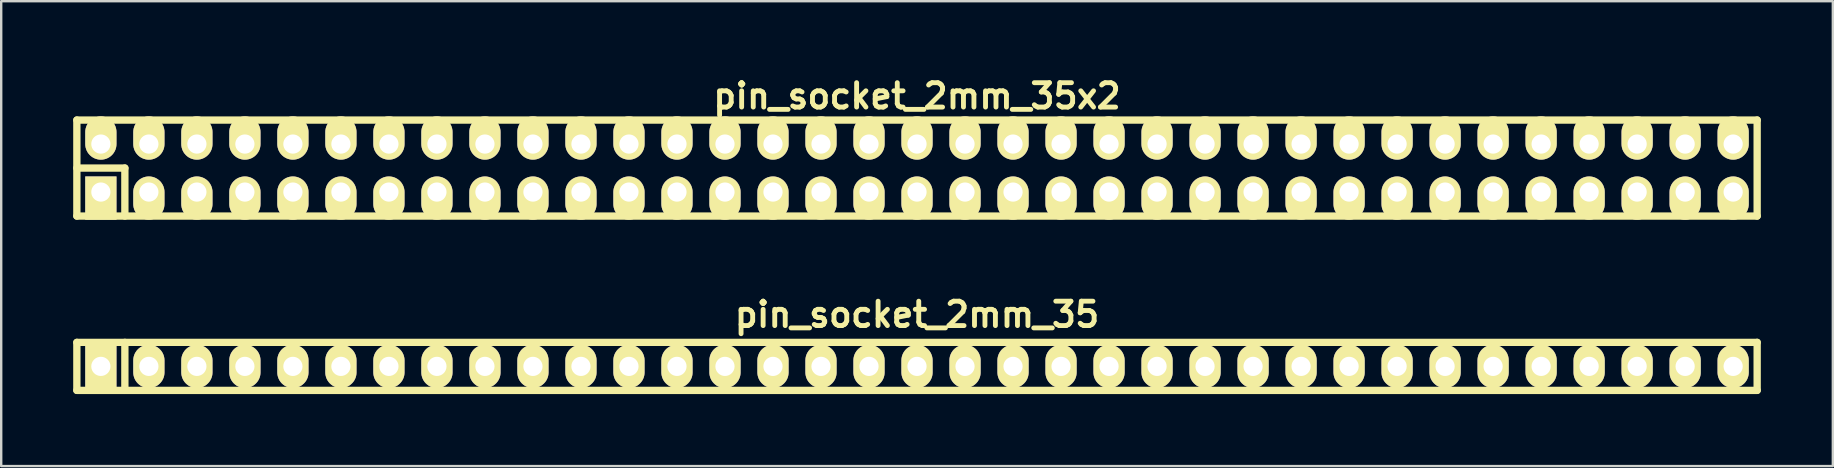
<source format=kicad_pcb>
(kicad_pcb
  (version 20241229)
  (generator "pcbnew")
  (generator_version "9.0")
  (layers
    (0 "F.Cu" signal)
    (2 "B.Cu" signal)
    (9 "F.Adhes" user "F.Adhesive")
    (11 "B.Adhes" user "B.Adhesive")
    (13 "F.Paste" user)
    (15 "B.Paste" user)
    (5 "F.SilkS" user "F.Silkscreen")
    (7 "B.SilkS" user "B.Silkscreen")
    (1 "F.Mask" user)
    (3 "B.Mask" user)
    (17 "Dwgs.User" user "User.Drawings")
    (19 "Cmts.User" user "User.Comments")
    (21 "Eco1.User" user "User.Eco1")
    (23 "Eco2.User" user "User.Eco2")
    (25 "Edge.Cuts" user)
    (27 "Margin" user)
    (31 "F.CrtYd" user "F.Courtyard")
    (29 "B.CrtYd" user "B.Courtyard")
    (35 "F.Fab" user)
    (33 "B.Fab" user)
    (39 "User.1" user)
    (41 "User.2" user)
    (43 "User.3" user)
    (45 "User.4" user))
  (footprint "pin_socket_2mm_35x2"
    (layer "F.Cu")
    (at 35.152 3.951)
    (property "Reference" "pin_socket_2mm_35x2" (at 0 -3 0) (layer "F.SilkS") (effects (font (size 1.016 1.016) (thickness 0.203))))
    (attr through_hole)
    (fp_line (start -35 -2) (end 35 -2) (stroke (width 0.305) (type solid)) (layer "F.SilkS"))
    (fp_line (start -35 0) (end -33 0) (stroke (width 0.305) (type solid)) (layer "F.SilkS"))
    (fp_line (start -35 2) (end -35 -2) (stroke (width 0.305) (type solid)) (layer "F.SilkS"))
    (fp_line (start -33 0) (end -33 2) (stroke (width 0.305) (type solid)) (layer "F.SilkS"))
    (fp_line (start 35 -2) (end 35 2) (stroke (width 0.305) (type solid)) (layer "F.SilkS"))
    (fp_line (start 35 2) (end -35 2) (stroke (width 0.305) (type solid)) (layer "F.SilkS"))
    (pad "1" thru_hole rect (at -34 1) (size 1.3 1.8) (drill 0.8 (offset 0 0.25)) (layers "*.Cu" "*.Mask" "F.SilkS"))
    (pad "2" thru_hole oval (at -34 -1) (size 1.3 1.8) (drill 0.8 (offset 0 -0.25)) (layers "*.Cu" "*.Mask" "F.SilkS"))
    (pad "3" thru_hole oval (at -32 1) (size 1.3 1.8) (drill 0.8 (offset 0 0.25)) (layers "*.Cu" "*.Mask" "F.SilkS"))
    (pad "4" thru_hole oval (at -32 -1) (size 1.3 1.8) (drill 0.8 (offset 0 -0.25)) (layers "*.Cu" "*.Mask" "F.SilkS"))
    (pad "5" thru_hole oval (at -30 1) (size 1.3 1.8) (drill 0.8 (offset 0 0.25)) (layers "*.Cu" "*.Mask" "F.SilkS"))
    (pad "6" thru_hole oval (at -30 -1) (size 1.3 1.8) (drill 0.8 (offset 0 -0.25)) (layers "*.Cu" "*.Mask" "F.SilkS"))
    (pad "7" thru_hole oval (at -28 1) (size 1.3 1.8) (drill 0.8 (offset 0 0.25)) (layers "*.Cu" "*.Mask" "F.SilkS"))
    (pad "8" thru_hole oval (at -28 -1) (size 1.3 1.8) (drill 0.8 (offset 0 -0.25)) (layers "*.Cu" "*.Mask" "F.SilkS"))
    (pad "9" thru_hole oval (at -26 1) (size 1.3 1.8) (drill 0.8 (offset 0 0.25)) (layers "*.Cu" "*.Mask" "F.SilkS"))
    (pad "10" thru_hole oval (at -26 -1) (size 1.3 1.8) (drill 0.8 (offset 0 -0.25)) (layers "*.Cu" "*.Mask" "F.SilkS"))
    (pad "11" thru_hole oval (at -24 1) (size 1.3 1.8) (drill 0.8 (offset 0 0.25)) (layers "*.Cu" "*.Mask" "F.SilkS"))
    (pad "12" thru_hole oval (at -24 -1) (size 1.3 1.8) (drill 0.8 (offset 0 -0.25)) (layers "*.Cu" "*.Mask" "F.SilkS"))
    (pad "13" thru_hole oval (at -22 1) (size 1.3 1.8) (drill 0.8 (offset 0 0.25)) (layers "*.Cu" "*.Mask" "F.SilkS"))
    (pad "14" thru_hole oval (at -22 -1) (size 1.3 1.8) (drill 0.8 (offset 0 -0.25)) (layers "*.Cu" "*.Mask" "F.SilkS"))
    (pad "15" thru_hole oval (at -20 1) (size 1.3 1.8) (drill 0.8 (offset 0 0.25)) (layers "*.Cu" "*.Mask" "F.SilkS"))
    (pad "16" thru_hole oval (at -20 -1) (size 1.3 1.8) (drill 0.8 (offset 0 -0.25)) (layers "*.Cu" "*.Mask" "F.SilkS"))
    (pad "17" thru_hole oval (at -18 1) (size 1.3 1.8) (drill 0.8 (offset 0 0.25)) (layers "*.Cu" "*.Mask" "F.SilkS"))
    (pad "18" thru_hole oval (at -18 -1) (size 1.3 1.8) (drill 0.8 (offset 0 -0.25)) (layers "*.Cu" "*.Mask" "F.SilkS"))
    (pad "19" thru_hole oval (at -16 1) (size 1.3 1.8) (drill 0.8 (offset 0 0.25)) (layers "*.Cu" "*.Mask" "F.SilkS"))
    (pad "20" thru_hole oval (at -16 -1) (size 1.3 1.8) (drill 0.8 (offset 0 -0.25)) (layers "*.Cu" "*.Mask" "F.SilkS"))
    (pad "21" thru_hole oval (at -14 1) (size 1.3 1.8) (drill 0.8 (offset 0 0.25)) (layers "*.Cu" "*.Mask" "F.SilkS"))
    (pad "22" thru_hole oval (at -14 -1) (size 1.3 1.8) (drill 0.8 (offset 0 -0.25)) (layers "*.Cu" "*.Mask" "F.SilkS"))
    (pad "23" thru_hole oval (at -12 1) (size 1.3 1.8) (drill 0.8 (offset 0 0.25)) (layers "*.Cu" "*.Mask" "F.SilkS"))
    (pad "24" thru_hole oval (at -12 -1) (size 1.3 1.8) (drill 0.8 (offset 0 -0.25)) (layers "*.Cu" "*.Mask" "F.SilkS"))
    (pad "25" thru_hole oval (at -10 1) (size 1.3 1.8) (drill 0.8 (offset 0 0.25)) (layers "*.Cu" "*.Mask" "F.SilkS"))
    (pad "26" thru_hole oval (at -10 -1) (size 1.3 1.8) (drill 0.8 (offset 0 -0.25)) (layers "*.Cu" "*.Mask" "F.SilkS"))
    (pad "27" thru_hole oval (at -8 1) (size 1.3 1.8) (drill 0.8 (offset 0 0.25)) (layers "*.Cu" "*.Mask" "F.SilkS"))
    (pad "28" thru_hole oval (at -8 -1) (size 1.3 1.8) (drill 0.8 (offset 0 -0.25)) (layers "*.Cu" "*.Mask" "F.SilkS"))
    (pad "29" thru_hole oval (at -6 1) (size 1.3 1.8) (drill 0.8 (offset 0 0.25)) (layers "*.Cu" "*.Mask" "F.SilkS"))
    (pad "30" thru_hole oval (at -6 -1) (size 1.3 1.8) (drill 0.8 (offset 0 -0.25)) (layers "*.Cu" "*.Mask" "F.SilkS"))
    (pad "31" thru_hole oval (at -4 1) (size 1.3 1.8) (drill 0.8 (offset 0 0.25)) (layers "*.Cu" "*.Mask" "F.SilkS"))
    (pad "32" thru_hole oval (at -4 -1) (size 1.3 1.8) (drill 0.8 (offset 0 -0.25)) (layers "*.Cu" "*.Mask" "F.SilkS"))
    (pad "33" thru_hole oval (at -2 1) (size 1.3 1.8) (drill 0.8 (offset 0 0.25)) (layers "*.Cu" "*.Mask" "F.SilkS"))
    (pad "34" thru_hole oval (at -2 -1) (size 1.3 1.8) (drill 0.8 (offset 0 -0.25)) (layers "*.Cu" "*.Mask" "F.SilkS"))
    (pad "35" thru_hole oval (at 0 1) (size 1.3 1.8) (drill 0.8 (offset 0 0.25)) (layers "*.Cu" "*.Mask" "F.SilkS"))
    (pad "36" thru_hole oval (at 0 -1) (size 1.3 1.8) (drill 0.8 (offset 0 -0.25)) (layers "*.Cu" "*.Mask" "F.SilkS"))
    (pad "37" thru_hole oval (at 2 1) (size 1.3 1.8) (drill 0.8 (offset 0 0.25)) (layers "*.Cu" "*.Mask" "F.SilkS"))
    (pad "38" thru_hole oval (at 2 -1) (size 1.3 1.8) (drill 0.8 (offset 0 -0.25)) (layers "*.Cu" "*.Mask" "F.SilkS"))
    (pad "39" thru_hole oval (at 4 1) (size 1.3 1.8) (drill 0.8 (offset 0 0.25)) (layers "*.Cu" "*.Mask" "F.SilkS"))
    (pad "40" thru_hole oval (at 4 -1) (size 1.3 1.8) (drill 0.8 (offset 0 -0.25)) (layers "*.Cu" "*.Mask" "F.SilkS"))
    (pad "41" thru_hole oval (at 6 1) (size 1.3 1.8) (drill 0.8 (offset 0 0.25)) (layers "*.Cu" "*.Mask" "F.SilkS"))
    (pad "42" thru_hole oval (at 6 -1) (size 1.3 1.8) (drill 0.8 (offset 0 -0.25)) (layers "*.Cu" "*.Mask" "F.SilkS"))
    (pad "43" thru_hole oval (at 8 1) (size 1.3 1.8) (drill 0.8 (offset 0 0.25)) (layers "*.Cu" "*.Mask" "F.SilkS"))
    (pad "44" thru_hole oval (at 8 -1) (size 1.3 1.8) (drill 0.8 (offset 0 -0.25)) (layers "*.Cu" "*.Mask" "F.SilkS"))
    (pad "45" thru_hole oval (at 10 1) (size 1.3 1.8) (drill 0.8 (offset 0 0.25)) (layers "*.Cu" "*.Mask" "F.SilkS"))
    (pad "46" thru_hole oval (at 10 -1) (size 1.3 1.8) (drill 0.8 (offset 0 -0.25)) (layers "*.Cu" "*.Mask" "F.SilkS"))
    (pad "47" thru_hole oval (at 12 1) (size 1.3 1.8) (drill 0.8 (offset 0 0.25)) (layers "*.Cu" "*.Mask" "F.SilkS"))
    (pad "48" thru_hole oval (at 12 -1) (size 1.3 1.8) (drill 0.8 (offset 0 -0.25)) (layers "*.Cu" "*.Mask" "F.SilkS"))
    (pad "49" thru_hole oval (at 14 1) (size 1.3 1.8) (drill 0.8 (offset 0 0.25)) (layers "*.Cu" "*.Mask" "F.SilkS"))
    (pad "50" thru_hole oval (at 14 -1) (size 1.3 1.8) (drill 0.8 (offset 0 -0.25)) (layers "*.Cu" "*.Mask" "F.SilkS"))
    (pad "51" thru_hole oval (at 16 1) (size 1.3 1.8) (drill 0.8 (offset 0 0.25)) (layers "*.Cu" "*.Mask" "F.SilkS"))
    (pad "52" thru_hole oval (at 16 -1) (size 1.3 1.8) (drill 0.8 (offset 0 -0.25)) (layers "*.Cu" "*.Mask" "F.SilkS"))
    (pad "53" thru_hole oval (at 18 1) (size 1.3 1.8) (drill 0.8 (offset 0 0.25)) (layers "*.Cu" "*.Mask" "F.SilkS"))
    (pad "54" thru_hole oval (at 18 -1) (size 1.3 1.8) (drill 0.8 (offset 0 -0.25)) (layers "*.Cu" "*.Mask" "F.SilkS"))
    (pad "55" thru_hole oval (at 20 1) (size 1.3 1.8) (drill 0.8 (offset 0 0.25)) (layers "*.Cu" "*.Mask" "F.SilkS"))
    (pad "56" thru_hole oval (at 20 -1) (size 1.3 1.8) (drill 0.8 (offset 0 -0.25)) (layers "*.Cu" "*.Mask" "F.SilkS"))
    (pad "57" thru_hole oval (at 22 1) (size 1.3 1.8) (drill 0.8 (offset 0 0.25)) (layers "*.Cu" "*.Mask" "F.SilkS"))
    (pad "58" thru_hole oval (at 22 -1) (size 1.3 1.8) (drill 0.8 (offset 0 -0.25)) (layers "*.Cu" "*.Mask" "F.SilkS"))
    (pad "59" thru_hole oval (at 24 1) (size 1.3 1.8) (drill 0.8 (offset 0 0.25)) (layers "*.Cu" "*.Mask" "F.SilkS"))
    (pad "60" thru_hole oval (at 24 -1) (size 1.3 1.8) (drill 0.8 (offset 0 -0.25)) (layers "*.Cu" "*.Mask" "F.SilkS"))
    (pad "61" thru_hole oval (at 26 1) (size 1.3 1.8) (drill 0.8 (offset 0 0.25)) (layers "*.Cu" "*.Mask" "F.SilkS"))
    (pad "62" thru_hole oval (at 26 -1) (size 1.3 1.8) (drill 0.8 (offset 0 -0.25)) (layers "*.Cu" "*.Mask" "F.SilkS"))
    (pad "63" thru_hole oval (at 28 1) (size 1.3 1.8) (drill 0.8 (offset 0 0.25)) (layers "*.Cu" "*.Mask" "F.SilkS"))
    (pad "64" thru_hole oval (at 28 -1) (size 1.3 1.8) (drill 0.8 (offset 0 -0.25)) (layers "*.Cu" "*.Mask" "F.SilkS"))
    (pad "65" thru_hole oval (at 30 1) (size 1.3 1.8) (drill 0.8 (offset 0 0.25)) (layers "*.Cu" "*.Mask" "F.SilkS"))
    (pad "66" thru_hole oval (at 30 -1) (size 1.3 1.8) (drill 0.8 (offset 0 -0.25)) (layers "*.Cu" "*.Mask" "F.SilkS"))
    (pad "67" thru_hole oval (at 32 1) (size 1.3 1.8) (drill 0.8 (offset 0 0.25)) (layers "*.Cu" "*.Mask" "F.SilkS"))
    (pad "68" thru_hole oval (at 32 -1) (size 1.3 1.8) (drill 0.8 (offset 0 -0.25)) (layers "*.Cu" "*.Mask" "F.SilkS"))
    (pad "69" thru_hole oval (at 34 1) (size 1.3 1.8) (drill 0.8 (offset 0 0.25)) (layers "*.Cu" "*.Mask" "F.SilkS"))
    (pad "70" thru_hole oval (at 34 -1) (size 1.3 1.8) (drill 0.8 (offset 0 -0.25)) (layers "*.Cu" "*.Mask" "F.SilkS")))
  (footprint "pin_socket_2mm_35"
    (layer "F.Cu")
    (at 35.152 12.213)
    (property "Reference" "pin_socket_2mm_35" (at 0 -2.159 0) (layer "F.SilkS") (effects (font (size 1.016 1.016) (thickness 0.203))))
    (attr through_hole)
    (fp_line (start -35 -1) (end 35 -1) (stroke (width 0.305) (type solid)) (layer "F.SilkS"))
    (fp_line (start -35 1) (end -35 -1) (stroke (width 0.305) (type solid)) (layer "F.SilkS"))
    (fp_line (start -33 -1) (end -33 1) (stroke (width 0.305) (type solid)) (layer "F.SilkS"))
    (fp_line (start 35 -1) (end 35 1) (stroke (width 0.305) (type solid)) (layer "F.SilkS"))
    (fp_line (start 35 1) (end -35 1) (stroke (width 0.305) (type solid)) (layer "F.SilkS"))
    (pad "1" thru_hole rect (at -34 0) (size 1.3 1.8) (drill 0.8) (layers "*.Cu" "*.Mask" "F.SilkS"))
    (pad "2" thru_hole oval (at -32 0) (size 1.3 1.8) (drill 0.8) (layers "*.Cu" "*.Mask" "F.SilkS"))
    (pad "3" thru_hole oval (at -30 0) (size 1.3 1.8) (drill 0.8) (layers "*.Cu" "*.Mask" "F.SilkS"))
    (pad "4" thru_hole oval (at -28 0) (size 1.3 1.8) (drill 0.8) (layers "*.Cu" "*.Mask" "F.SilkS"))
    (pad "5" thru_hole oval (at -26 0) (size 1.3 1.8) (drill 0.8) (layers "*.Cu" "*.Mask" "F.SilkS"))
    (pad "6" thru_hole oval (at -24 0) (size 1.3 1.8) (drill 0.8) (layers "*.Cu" "*.Mask" "F.SilkS"))
    (pad "7" thru_hole oval (at -22 0) (size 1.3 1.8) (drill 0.8) (layers "*.Cu" "*.Mask" "F.SilkS"))
    (pad "8" thru_hole oval (at -20 0) (size 1.3 1.8) (drill 0.8) (layers "*.Cu" "*.Mask" "F.SilkS"))
    (pad "9" thru_hole oval (at -18 0) (size 1.3 1.8) (drill 0.8) (layers "*.Cu" "*.Mask" "F.SilkS"))
    (pad "10" thru_hole oval (at -16 0) (size 1.3 1.8) (drill 0.8) (layers "*.Cu" "*.Mask" "F.SilkS"))
    (pad "11" thru_hole oval (at -14 0) (size 1.3 1.8) (drill 0.8) (layers "*.Cu" "*.Mask" "F.SilkS"))
    (pad "12" thru_hole oval (at -12 0) (size 1.3 1.8) (drill 0.8) (layers "*.Cu" "*.Mask" "F.SilkS"))
    (pad "13" thru_hole oval (at -10 0) (size 1.3 1.8) (drill 0.8) (layers "*.Cu" "*.Mask" "F.SilkS"))
    (pad "14" thru_hole oval (at -8 0) (size 1.3 1.8) (drill 0.8) (layers "*.Cu" "*.Mask" "F.SilkS"))
    (pad "15" thru_hole oval (at -6 0) (size 1.3 1.8) (drill 0.8) (layers "*.Cu" "*.Mask" "F.SilkS"))
    (pad "16" thru_hole oval (at -4 0) (size 1.3 1.8) (drill 0.8) (layers "*.Cu" "*.Mask" "F.SilkS"))
    (pad "17" thru_hole oval (at -2 0) (size 1.3 1.8) (drill 0.8) (layers "*.Cu" "*.Mask" "F.SilkS"))
    (pad "18" thru_hole oval (at 0 0) (size 1.3 1.8) (drill 0.8) (layers "*.Cu" "*.Mask" "F.SilkS"))
    (pad "19" thru_hole oval (at 2 0) (size 1.3 1.8) (drill 0.8) (layers "*.Cu" "*.Mask" "F.SilkS"))
    (pad "20" thru_hole oval (at 4 0) (size 1.3 1.8) (drill 0.8) (layers "*.Cu" "*.Mask" "F.SilkS"))
    (pad "21" thru_hole oval (at 6 0) (size 1.3 1.8) (drill 0.8) (layers "*.Cu" "*.Mask" "F.SilkS"))
    (pad "22" thru_hole oval (at 8 0) (size 1.3 1.8) (drill 0.8) (layers "*.Cu" "*.Mask" "F.SilkS"))
    (pad "23" thru_hole oval (at 10 0) (size 1.3 1.8) (drill 0.8) (layers "*.Cu" "*.Mask" "F.SilkS"))
    (pad "24" thru_hole oval (at 12 0) (size 1.3 1.8) (drill 0.8) (layers "*.Cu" "*.Mask" "F.SilkS"))
    (pad "25" thru_hole oval (at 14 0) (size 1.3 1.8) (drill 0.8) (layers "*.Cu" "*.Mask" "F.SilkS"))
    (pad "26" thru_hole oval (at 16 0) (size 1.3 1.8) (drill 0.8) (layers "*.Cu" "*.Mask" "F.SilkS"))
    (pad "27" thru_hole oval (at 18 0) (size 1.3 1.8) (drill 0.8) (layers "*.Cu" "*.Mask" "F.SilkS"))
    (pad "28" thru_hole oval (at 20 0) (size 1.3 1.8) (drill 0.8) (layers "*.Cu" "*.Mask" "F.SilkS"))
    (pad "29" thru_hole oval (at 22 0) (size 1.3 1.8) (drill 0.8) (layers "*.Cu" "*.Mask" "F.SilkS"))
    (pad "30" thru_hole oval (at 24 0) (size 1.3 1.8) (drill 0.8) (layers "*.Cu" "*.Mask" "F.SilkS"))
    (pad "31" thru_hole oval (at 26 0) (size 1.3 1.8) (drill 0.8) (layers "*.Cu" "*.Mask" "F.SilkS"))
    (pad "32" thru_hole oval (at 28 0) (size 1.3 1.8) (drill 0.8) (layers "*.Cu" "*.Mask" "F.SilkS"))
    (pad "33" thru_hole oval (at 30 0) (size 1.3 1.8) (drill 0.8) (layers "*.Cu" "*.Mask" "F.SilkS"))
    (pad "34" thru_hole oval (at 32 0) (size 1.3 1.8) (drill 0.8) (layers "*.Cu" "*.Mask" "F.SilkS"))
    (pad "35" thru_hole oval (at 34 0) (size 1.3 1.8) (drill 0.8) (layers "*.Cu" "*.Mask" "F.SilkS")))
  (gr_rect
    (start -3 -3)
    (end 73.305 16.366)
    (stroke (width 0.1) (type default))
    (fill no)
    (layer "Edge.Cuts")))
</source>
